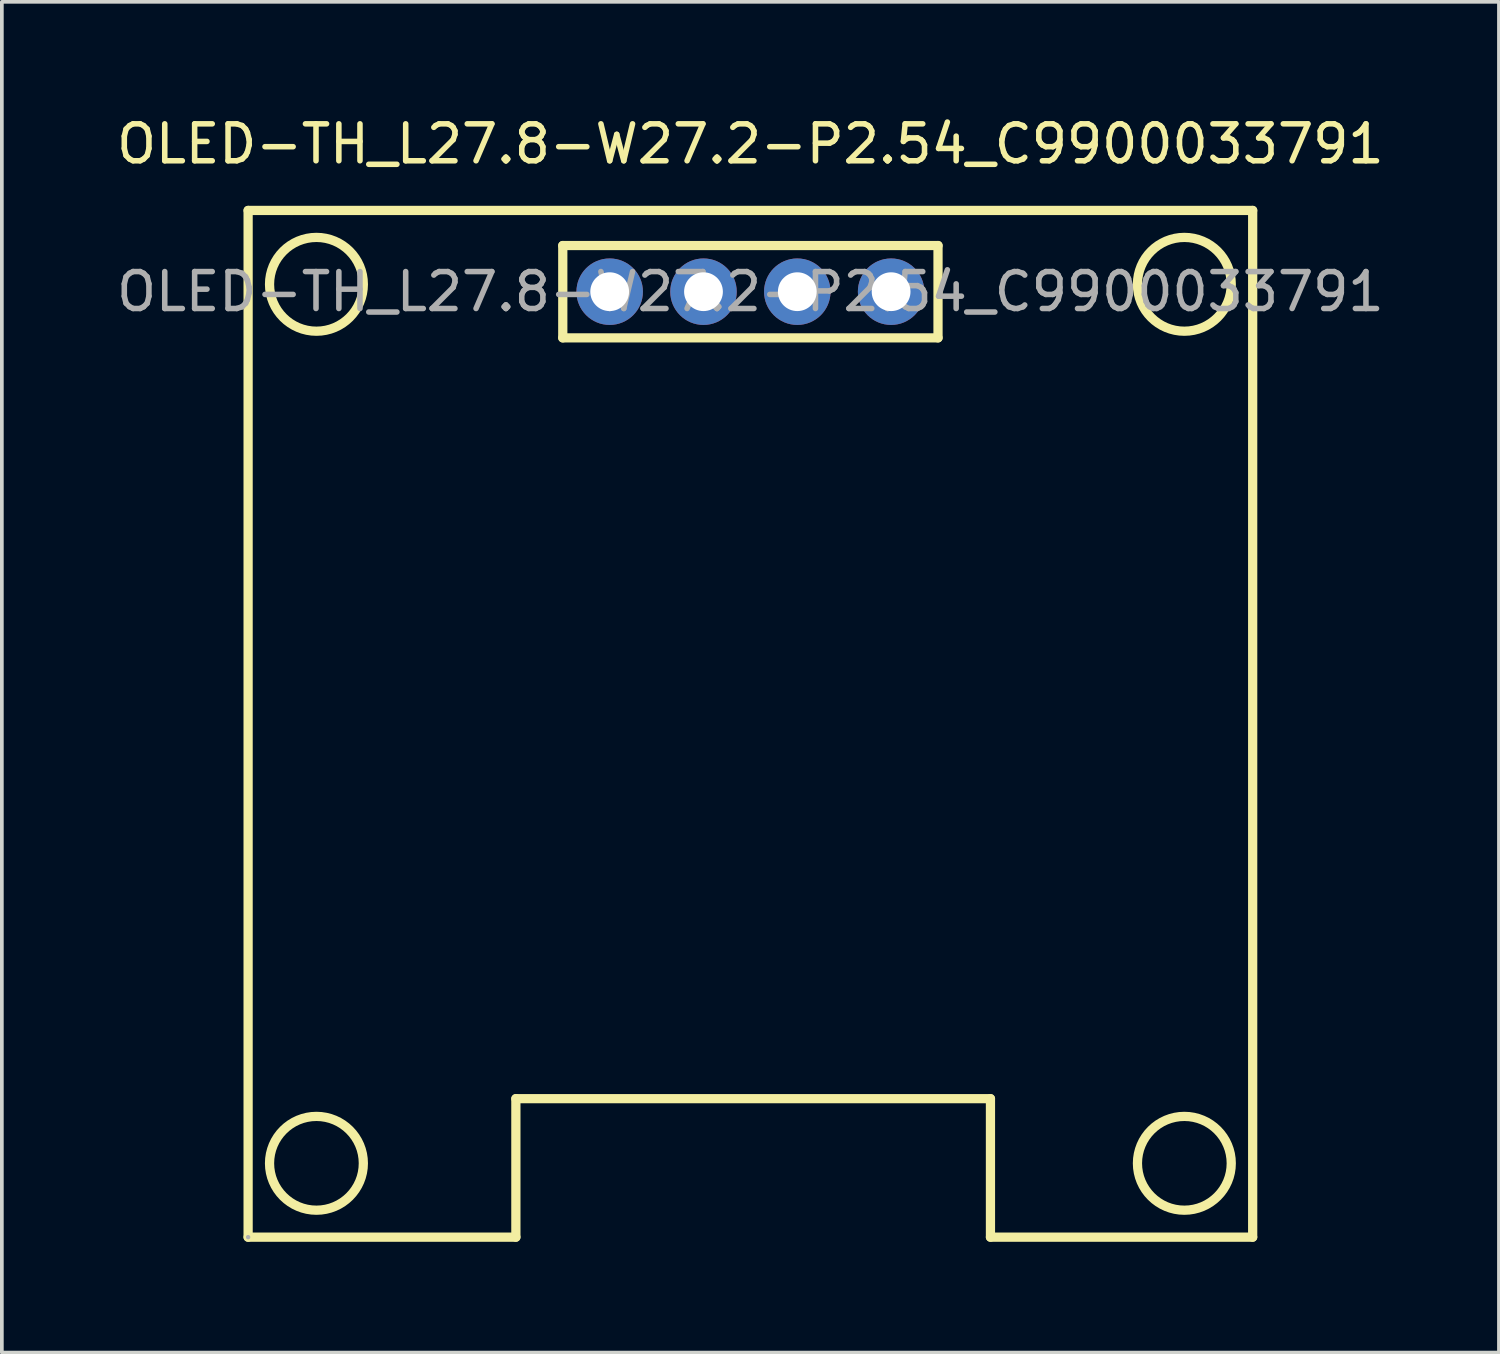
<source format=kicad_pcb>
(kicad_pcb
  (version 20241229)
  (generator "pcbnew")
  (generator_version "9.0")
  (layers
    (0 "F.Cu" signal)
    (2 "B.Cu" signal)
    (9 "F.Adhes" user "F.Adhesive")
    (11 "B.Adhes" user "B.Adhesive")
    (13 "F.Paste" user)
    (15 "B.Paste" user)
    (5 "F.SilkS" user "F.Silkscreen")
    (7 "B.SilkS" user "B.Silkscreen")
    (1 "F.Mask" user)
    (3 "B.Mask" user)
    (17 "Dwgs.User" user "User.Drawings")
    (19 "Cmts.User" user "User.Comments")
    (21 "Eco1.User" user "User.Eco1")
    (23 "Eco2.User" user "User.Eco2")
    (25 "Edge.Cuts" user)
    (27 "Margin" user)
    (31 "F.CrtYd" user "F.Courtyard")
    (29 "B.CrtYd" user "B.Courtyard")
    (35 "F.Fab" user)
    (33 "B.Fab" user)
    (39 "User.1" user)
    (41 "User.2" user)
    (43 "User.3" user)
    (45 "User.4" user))
  (footprint "OLED-TH_L27.8-W27.2-P2.54_C9900033791"
    (layer "F.Cu")
    (at 17.268 4.848)
    (property "Reference" "OLED-TH_L27.8-W27.2-P2.54_C9900033791" (at 0 -4 0) (layer "F.SilkS") (effects (font (size 1 1) (thickness 0.15))))
    (attr through_hole)
    (fp_line (start -13.6 -2.2) (end 13.6 -2.2) (stroke (width 0.25) (type solid)) (layer "F.SilkS"))
    (fp_line (start -13.6 25.6) (end -13.6 -2.2) (stroke (width 0.25) (type solid)) (layer "F.SilkS"))
    (fp_line (start -6.35 21.85) (end -6.35 25.6) (stroke (width 0.25) (type solid)) (layer "F.SilkS"))
    (fp_line (start -6.35 25.6) (end -13.6 25.6) (stroke (width 0.25) (type solid)) (layer "F.SilkS"))
    (fp_line (start -5.08 -1.25) (end -5.08 1.25) (stroke (width 0.25) (type solid)) (layer "F.SilkS"))
    (fp_line (start -5.08 -1.25) (end 5.08 -1.25) (stroke (width 0.25) (type solid)) (layer "F.SilkS"))
    (fp_line (start -5.08 1.25) (end 5.08 1.25) (stroke (width 0.25) (type solid)) (layer "F.SilkS"))
    (fp_line (start 5.08 1.25) (end 5.08 -1.25) (stroke (width 0.25) (type solid)) (layer "F.SilkS"))
    (fp_line (start 6.5 21.85) (end -6.35 21.85) (stroke (width 0.25) (type solid)) (layer "F.SilkS"))
    (fp_line (start 6.5 25.6) (end 6.5 21.85) (stroke (width 0.25) (type solid)) (layer "F.SilkS"))
    (fp_line (start 13.6 -2.2) (end 13.6 25.6) (stroke (width 0.25) (type solid)) (layer "F.SilkS"))
    (fp_line (start 13.6 25.6) (end 6.5 25.6) (stroke (width 0.25) (type solid)) (layer "F.SilkS"))
    (fp_circle (center -11.75 -0.2) (end -10.48 -0.2) (stroke (width 0.25) (type solid)) (fill no) (layer "F.SilkS"))
    (fp_circle (center -11.75 23.6) (end -10.48 23.6) (stroke (width 0.25) (type solid)) (fill no) (layer "F.SilkS"))
    (fp_circle (center 11.75 -0.2) (end 13.02 -0.2) (stroke (width 0.25) (type solid)) (fill no) (layer "F.SilkS"))
    (fp_circle (center 11.75 23.6) (end 13.02 23.6) (stroke (width 0.25) (type solid)) (fill no) (layer "F.SilkS"))
    (fp_circle (center -13.6 25.6) (end -13.57 25.6) (stroke (width 0.06) (type solid)) (fill no) (layer "F.Fab"))
    (fp_text user "${REFERENCE}" (at 0 0 0) (layer "F.Fab") (effects (font (size 1 1) (thickness 0.15))))
    (pad "1" thru_hole circle (at -3.81 0) (size 1.8 1.8) (drill 1.05) (layers "*.Cu" "*.Mask"))
    (pad "2" thru_hole circle (at -1.27 0) (size 1.8 1.8) (drill 1.05) (layers "*.Cu" "*.Mask"))
    (pad "3" thru_hole circle (at 1.27 0) (size 1.8 1.8) (drill 1.05) (layers "*.Cu" "*.Mask"))
    (pad "4" thru_hole circle (at 3.81 0) (size 1.8 1.8) (drill 1.05) (layers "*.Cu" "*.Mask")))
  (gr_rect
    (start -3 -3)
    (end 37.536 33.573)
    (stroke (width 0.1) (type default))
    (fill no)
    (layer "Edge.Cuts")))
</source>
